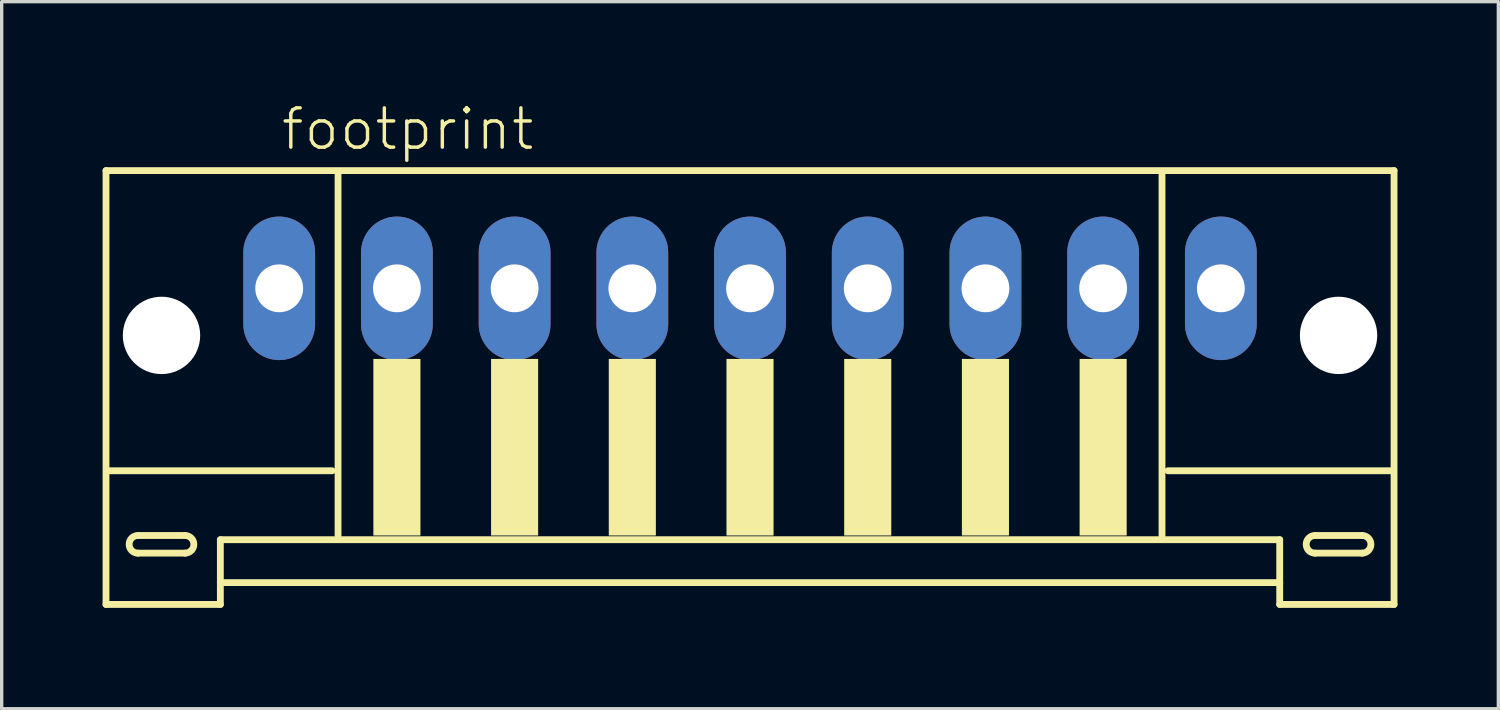
<source format=kicad_pcb>
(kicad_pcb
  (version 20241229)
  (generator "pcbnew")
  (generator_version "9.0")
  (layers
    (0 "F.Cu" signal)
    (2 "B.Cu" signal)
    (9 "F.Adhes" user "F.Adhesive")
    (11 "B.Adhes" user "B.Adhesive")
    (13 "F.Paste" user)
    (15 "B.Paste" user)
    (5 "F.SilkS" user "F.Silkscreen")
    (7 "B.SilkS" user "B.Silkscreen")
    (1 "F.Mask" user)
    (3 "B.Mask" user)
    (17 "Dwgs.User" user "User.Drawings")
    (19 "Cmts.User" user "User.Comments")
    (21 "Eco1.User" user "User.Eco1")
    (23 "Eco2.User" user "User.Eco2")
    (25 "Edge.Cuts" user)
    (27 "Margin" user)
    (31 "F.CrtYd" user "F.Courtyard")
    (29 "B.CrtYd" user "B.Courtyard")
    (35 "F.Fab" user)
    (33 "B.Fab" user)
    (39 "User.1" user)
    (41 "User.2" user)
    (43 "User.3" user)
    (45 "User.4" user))
  (footprint "footprint"
    (layer "F.Cu")
    (at 19.252 7.273)
    (property "Reference" "footprint" (at -14 -5.8 0) (layer "F.SilkS") (effects (font (size 1.168 1.168) (thickness 0.102)) (justify left bottom)))
    (fp_line (start -19.15 -5.25) (end -19.15 7.65) (stroke (width 0.203) (type solid)) (layer "F.SilkS"))
    (fp_line (start -19.15 7.65) (end -15.75 7.65) (stroke (width 0.203) (type solid)) (layer "F.SilkS"))
    (fp_line (start -18.2 5.6) (end -16.8 5.6) (stroke (width 0.203) (type solid)) (layer "F.SilkS"))
    (fp_line (start -16.8 6.125) (end -18.2 6.125) (stroke (width 0.203) (type solid)) (layer "F.SilkS"))
    (fp_line (start -15.75 5.725) (end 15.75 5.725) (stroke (width 0.203) (type solid)) (layer "F.SilkS"))
    (fp_line (start -15.75 7) (end -15.75 5.725) (stroke (width 0.203) (type solid)) (layer "F.SilkS"))
    (fp_line (start -15.75 7) (end 15.75 7) (stroke (width 0.203) (type solid)) (layer "F.SilkS"))
    (fp_line (start -15.75 7.65) (end -15.75 7) (stroke (width 0.203) (type solid)) (layer "F.SilkS"))
    (fp_line (start -12.425 3.675) (end -19.075 3.675) (stroke (width 0.203) (type solid)) (layer "F.SilkS"))
    (fp_line (start -12.25 -5.125) (end -12.25 5.6) (stroke (width 0.203) (type solid)) (layer "F.SilkS"))
    (fp_line (start 12.25 5.6) (end 12.25 -5.125) (stroke (width 0.203) (type solid)) (layer "F.SilkS"))
    (fp_line (start 15.75 5.725) (end 15.75 7) (stroke (width 0.203) (type solid)) (layer "F.SilkS"))
    (fp_line (start 15.75 7) (end 15.75 7.65) (stroke (width 0.203) (type solid)) (layer "F.SilkS"))
    (fp_line (start 15.75 7.65) (end 19.15 7.65) (stroke (width 0.203) (type solid)) (layer "F.SilkS"))
    (fp_line (start 16.8 5.6) (end 18.2 5.6) (stroke (width 0.203) (type solid)) (layer "F.SilkS"))
    (fp_line (start 18.2 6.125) (end 16.8 6.125) (stroke (width 0.203) (type solid)) (layer "F.SilkS"))
    (fp_line (start 19.075 3.675) (end 12.425 3.675) (stroke (width 0.203) (type solid)) (layer "F.SilkS"))
    (fp_line (start 19.15 -5.25) (end -19.15 -5.25) (stroke (width 0.203) (type solid)) (layer "F.SilkS"))
    (fp_line (start 19.15 7.65) (end 19.15 -5.25) (stroke (width 0.203) (type solid)) (layer "F.SilkS"))
    (fp_arc (start -18.2 6.125) (mid -18.4625 5.8625) (end -18.2 5.6) (stroke (width 0.2032) (type solid)) (layer "F.SilkS"))
    (fp_arc (start -16.8 5.6) (mid -16.5375 5.8625) (end -16.8 6.125) (stroke (width 0.2032) (type solid)) (layer "F.SilkS"))
    (fp_arc (start 16.8 6.125) (mid 16.5375 5.8625) (end 16.8 5.6) (stroke (width 0.2032) (type solid)) (layer "F.SilkS"))
    (fp_arc (start 18.2 5.6) (mid 18.4625 5.8625) (end 18.2 6.125) (stroke (width 0.2032) (type solid)) (layer "F.SilkS"))
    (fp_poly (pts (xy -11.2 5.6) (xy -9.8 5.6) (xy -9.8 0.35) (xy -11.2 0.35)) (stroke (width 0) (type solid)) (fill yes) (layer "F.SilkS"))
    (fp_poly (pts (xy -7.7 5.6) (xy -6.3 5.6) (xy -6.3 0.35) (xy -7.7 0.35)) (stroke (width 0) (type solid)) (fill yes) (layer "F.SilkS"))
    (fp_poly (pts (xy -4.2 5.6) (xy -2.8 5.6) (xy -2.8 0.35) (xy -4.2 0.35)) (stroke (width 0) (type solid)) (fill yes) (layer "F.SilkS"))
    (fp_poly (pts (xy -0.7 5.6) (xy 0.7 5.6) (xy 0.7 0.35) (xy -0.7 0.35)) (stroke (width 0) (type solid)) (fill yes) (layer "F.SilkS"))
    (fp_poly (pts (xy 2.8 5.6) (xy 4.2 5.6) (xy 4.2 0.35) (xy 2.8 0.35)) (stroke (width 0) (type solid)) (fill yes) (layer "F.SilkS"))
    (fp_poly (pts (xy 6.3 5.6) (xy 7.7 5.6) (xy 7.7 0.35) (xy 6.3 0.35)) (stroke (width 0) (type solid)) (fill yes) (layer "F.SilkS"))
    (fp_poly (pts (xy 9.8 5.6) (xy 11.2 5.6) (xy 11.2 0.35) (xy 9.8 0.35)) (stroke (width 0) (type solid)) (fill yes) (layer "F.SilkS"))
    (pad "" np_thru_hole circle (at -17.5 -0.35) (size 2.3 2.3) (drill 2.3) (layers "*.Cu" "*.Mask"))
    (pad "" np_thru_hole circle (at 17.5 -0.35) (size 2.3 2.3) (drill 2.3) (layers "*.Cu" "*.Mask"))
    (pad "1" thru_hole oval (at -14 -1.75 90) (size 4.267 2.134) (drill 1.422) (layers "*.Cu" "*.Mask"))
    (pad "2" thru_hole oval (at -10.5 -1.75 90) (size 4.267 2.134) (drill 1.422) (layers "*.Cu" "*.Mask"))
    (pad "3" thru_hole oval (at -7 -1.75 90) (size 4.267 2.134) (drill 1.422) (layers "*.Cu" "*.Mask"))
    (pad "4" thru_hole oval (at -3.5 -1.75 90) (size 4.267 2.134) (drill 1.422) (layers "*.Cu" "*.Mask"))
    (pad "5" thru_hole oval (at 0 -1.75 90) (size 4.267 2.134) (drill 1.422) (layers "*.Cu" "*.Mask"))
    (pad "6" thru_hole oval (at 3.5 -1.75 90) (size 4.267 2.134) (drill 1.422) (layers "*.Cu" "*.Mask"))
    (pad "7" thru_hole oval (at 7 -1.75 90) (size 4.267 2.134) (drill 1.422) (layers "*.Cu" "*.Mask"))
    (pad "8" thru_hole oval (at 10.5 -1.75 90) (size 4.267 2.134) (drill 1.422) (layers "*.Cu" "*.Mask"))
    (pad "9" thru_hole oval (at 14 -1.75 90) (size 4.267 2.134) (drill 1.422) (layers "*.Cu" "*.Mask")))
  (gr_rect
    (start -3 -3)
    (end 41.503 18.025)
    (stroke (width 0.1) (type default))
    (fill no)
    (layer "Edge.Cuts")))
</source>
